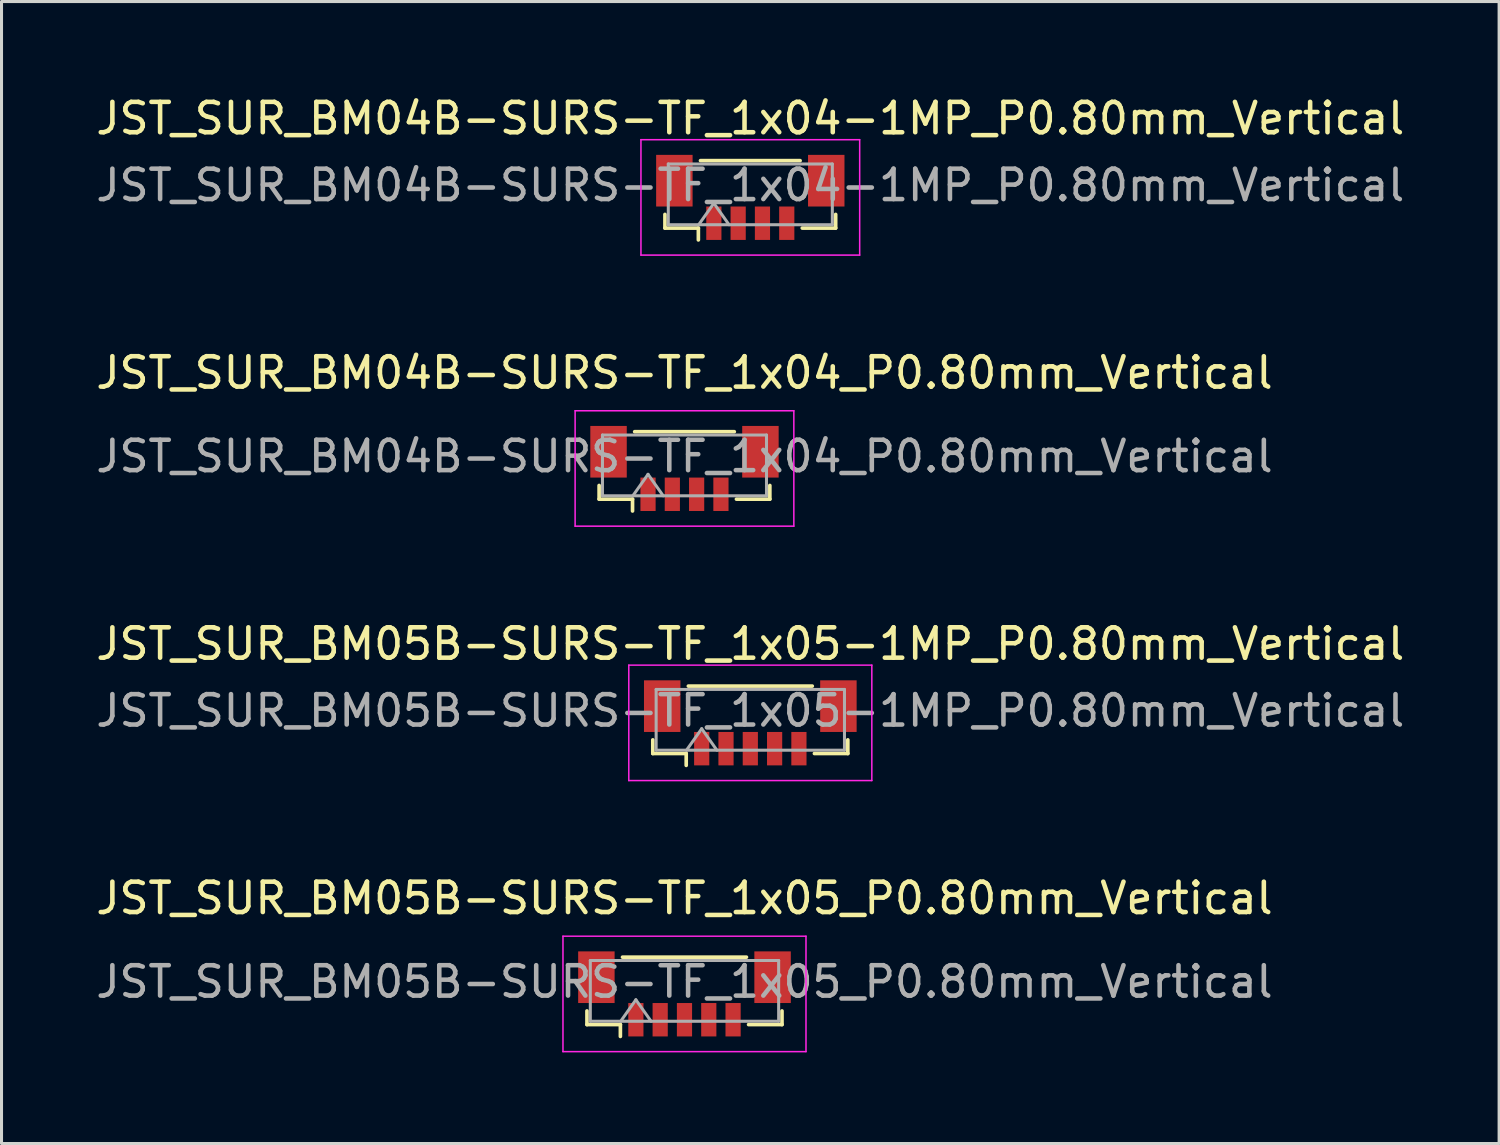
<source format=kicad_pcb>
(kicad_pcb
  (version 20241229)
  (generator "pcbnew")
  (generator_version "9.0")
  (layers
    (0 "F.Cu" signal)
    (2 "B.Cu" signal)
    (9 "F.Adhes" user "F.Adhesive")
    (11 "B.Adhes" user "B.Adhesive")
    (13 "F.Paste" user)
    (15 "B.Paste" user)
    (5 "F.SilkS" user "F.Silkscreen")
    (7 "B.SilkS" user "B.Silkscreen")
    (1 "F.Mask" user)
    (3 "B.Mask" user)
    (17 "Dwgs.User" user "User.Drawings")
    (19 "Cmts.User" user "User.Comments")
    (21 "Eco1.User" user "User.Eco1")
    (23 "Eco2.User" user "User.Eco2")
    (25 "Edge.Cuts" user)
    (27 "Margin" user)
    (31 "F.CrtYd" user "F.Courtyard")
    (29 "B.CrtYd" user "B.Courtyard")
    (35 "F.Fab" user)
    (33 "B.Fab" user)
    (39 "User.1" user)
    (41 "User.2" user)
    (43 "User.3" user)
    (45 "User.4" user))
  (footprint "JST_SUR_BM05B-SURS-TF_1x05_P0.80mm_Vertical"
    (layer "F.Cu")
    (at 19.482 29.668)
    (property "Reference" "JST_SUR_BM05B-SURS-TF_1x05_P0.80mm_Vertical" (at 0 -3.15 0) (layer "F.SilkS") (effects (font (size 1 1) (thickness 0.15))))
    (attr smd)
    (fp_line (start -3.21 0.56) (end -3.21 1.01) (stroke (width 0.12) (type solid)) (layer "F.SilkS"))
    (fp_line (start -3.21 1.01) (end -2.11 1.01) (stroke (width 0.12) (type solid)) (layer "F.SilkS"))
    (fp_line (start -2.11 1.01) (end -2.11 1.4) (stroke (width 0.12) (type solid)) (layer "F.SilkS"))
    (fp_line (start -2.04 -1.21) (end 2.04 -1.21) (stroke (width 0.12) (type solid)) (layer "F.SilkS"))
    (fp_line (start 3.21 0.56) (end 3.21 1.01) (stroke (width 0.12) (type solid)) (layer "F.SilkS"))
    (fp_line (start 3.21 1.01) (end 2.11 1.01) (stroke (width 0.12) (type solid)) (layer "F.SilkS"))
    (fp_line (start -4 -1.9) (end -4 1.9) (stroke (width 0.05) (type solid)) (layer "F.CrtYd"))
    (fp_line (start -4 1.9) (end 4 1.9) (stroke (width 0.05) (type solid)) (layer "F.CrtYd"))
    (fp_line (start 4 -1.9) (end -4 -1.9) (stroke (width 0.05) (type solid)) (layer "F.CrtYd"))
    (fp_line (start 4 1.9) (end 4 -1.9) (stroke (width 0.05) (type solid)) (layer "F.CrtYd"))
    (fp_line (start -3.1 -1.1) (end 3.1 -1.1) (stroke (width 0.1) (type solid)) (layer "F.Fab"))
    (fp_line (start -3.1 0.9) (end -3.1 -1.1) (stroke (width 0.1) (type solid)) (layer "F.Fab"))
    (fp_line (start -3.1 0.9) (end 3.1 0.9) (stroke (width 0.1) (type solid)) (layer "F.Fab"))
    (fp_line (start -2.1 0.9) (end -1.6 0.193) (stroke (width 0.1) (type solid)) (layer "F.Fab"))
    (fp_line (start -1.6 0.193) (end -1.1 0.9) (stroke (width 0.1) (type solid)) (layer "F.Fab"))
    (fp_line (start 3.1 0.9) (end 3.1 -1.1) (stroke (width 0.1) (type solid)) (layer "F.Fab"))
    (fp_text user "${REFERENCE}" (at 0 -0.4 0) (layer "F.Fab") (effects (font (size 1 1) (thickness 0.15))))
    (pad "" smd rect (at -2.9 -0.55) (size 1.2 1.7) (layers "F.Cu" "F.Mask" "F.Paste"))
    (pad "" smd rect (at 2.9 -0.55) (size 1.2 1.7) (layers "F.Cu" "F.Mask" "F.Paste"))
    (pad "1" smd rect (at -1.6 0.85) (size 0.5 1.1) (layers "F.Cu" "F.Mask" "F.Paste"))
    (pad "2" smd rect (at -0.8 0.85) (size 0.5 1.1) (layers "F.Cu" "F.Mask" "F.Paste"))
    (pad "3" smd rect (at 0 0.85) (size 0.5 1.1) (layers "F.Cu" "F.Mask" "F.Paste"))
    (pad "4" smd rect (at 0.8 0.85) (size 0.5 1.1) (layers "F.Cu" "F.Mask" "F.Paste"))
    (pad "5" smd rect (at 1.6 0.85) (size 0.5 1.1) (layers "F.Cu" "F.Mask" "F.Paste")))
  (footprint "JST_SUR_BM05B-SURS-TF_1x05-1MP_P0.80mm_Vertical"
    (layer "F.Cu")
    (at 21.649 20.745)
    (property "Reference" "JST_SUR_BM05B-SURS-TF_1x05-1MP_P0.80mm_Vertical" (at 0 -2.6 0) (layer "F.SilkS") (effects (font (size 1 1) (thickness 0.15))))
    (attr smd)
    (fp_line (start -3.21 0.56) (end -3.21 1.01) (stroke (width 0.12) (type solid)) (layer "F.SilkS"))
    (fp_line (start -3.21 1.01) (end -2.11 1.01) (stroke (width 0.12) (type solid)) (layer "F.SilkS"))
    (fp_line (start -2.11 1.01) (end -2.11 1.4) (stroke (width 0.12) (type solid)) (layer "F.SilkS"))
    (fp_line (start -2.04 -1.21) (end 2.04 -1.21) (stroke (width 0.12) (type solid)) (layer "F.SilkS"))
    (fp_line (start 3.21 0.56) (end 3.21 1.01) (stroke (width 0.12) (type solid)) (layer "F.SilkS"))
    (fp_line (start 3.21 1.01) (end 2.11 1.01) (stroke (width 0.12) (type solid)) (layer "F.SilkS"))
    (fp_line (start -4 -1.9) (end -4 1.9) (stroke (width 0.05) (type solid)) (layer "F.CrtYd"))
    (fp_line (start -4 1.9) (end 4 1.9) (stroke (width 0.05) (type solid)) (layer "F.CrtYd"))
    (fp_line (start 4 -1.9) (end -4 -1.9) (stroke (width 0.05) (type solid)) (layer "F.CrtYd"))
    (fp_line (start 4 1.9) (end 4 -1.9) (stroke (width 0.05) (type solid)) (layer "F.CrtYd"))
    (fp_line (start -3.1 -1.1) (end 3.1 -1.1) (stroke (width 0.1) (type solid)) (layer "F.Fab"))
    (fp_line (start -3.1 0.9) (end -3.1 -1.1) (stroke (width 0.1) (type solid)) (layer "F.Fab"))
    (fp_line (start -3.1 0.9) (end 3.1 0.9) (stroke (width 0.1) (type solid)) (layer "F.Fab"))
    (fp_line (start -2.1 0.9) (end -1.6 0.193) (stroke (width 0.1) (type solid)) (layer "F.Fab"))
    (fp_line (start -1.6 0.193) (end -1.1 0.9) (stroke (width 0.1) (type solid)) (layer "F.Fab"))
    (fp_line (start 3.1 0.9) (end 3.1 -1.1) (stroke (width 0.1) (type solid)) (layer "F.Fab"))
    (fp_text user "${REFERENCE}" (at 0 -0.4 0) (layer "F.Fab") (effects (font (size 1 1) (thickness 0.15))))
    (pad "1" smd rect (at -1.6 0.85) (size 0.5 1.1) (layers "F.Cu" "F.Mask" "F.Paste"))
    (pad "2" smd rect (at -0.8 0.85) (size 0.5 1.1) (layers "F.Cu" "F.Mask" "F.Paste"))
    (pad "3" smd rect (at 0 0.85) (size 0.5 1.1) (layers "F.Cu" "F.Mask" "F.Paste"))
    (pad "4" smd rect (at 0.8 0.85) (size 0.5 1.1) (layers "F.Cu" "F.Mask" "F.Paste"))
    (pad "5" smd rect (at 1.6 0.85) (size 0.5 1.1) (layers "F.Cu" "F.Mask" "F.Paste"))
    (pad "MP" smd rect (at -2.9 -0.55) (size 1.2 1.7) (layers "F.Cu" "F.Mask" "F.Paste"))
    (pad "MP" smd rect (at 2.9 -0.55) (size 1.2 1.7) (layers "F.Cu" "F.Mask" "F.Paste")))
  (footprint "JST_SUR_BM04B-SURS-TF_1x04_P0.80mm_Vertical"
    (layer "F.Cu")
    (at 19.482 12.371)
    (property "Reference" "JST_SUR_BM04B-SURS-TF_1x04_P0.80mm_Vertical" (at 0 -3.15 0) (layer "F.SilkS") (effects (font (size 1 1) (thickness 0.15))))
    (attr smd)
    (fp_line (start -2.81 0.56) (end -2.81 1.01) (stroke (width 0.12) (type solid)) (layer "F.SilkS"))
    (fp_line (start -2.81 1.01) (end -1.71 1.01) (stroke (width 0.12) (type solid)) (layer "F.SilkS"))
    (fp_line (start -1.71 1.01) (end -1.71 1.4) (stroke (width 0.12) (type solid)) (layer "F.SilkS"))
    (fp_line (start -1.64 -1.21) (end 1.64 -1.21) (stroke (width 0.12) (type solid)) (layer "F.SilkS"))
    (fp_line (start 2.81 0.56) (end 2.81 1.01) (stroke (width 0.12) (type solid)) (layer "F.SilkS"))
    (fp_line (start 2.81 1.01) (end 1.71 1.01) (stroke (width 0.12) (type solid)) (layer "F.SilkS"))
    (fp_line (start -3.6 -1.9) (end -3.6 1.9) (stroke (width 0.05) (type solid)) (layer "F.CrtYd"))
    (fp_line (start -3.6 1.9) (end 3.6 1.9) (stroke (width 0.05) (type solid)) (layer "F.CrtYd"))
    (fp_line (start 3.6 -1.9) (end -3.6 -1.9) (stroke (width 0.05) (type solid)) (layer "F.CrtYd"))
    (fp_line (start 3.6 1.9) (end 3.6 -1.9) (stroke (width 0.05) (type solid)) (layer "F.CrtYd"))
    (fp_line (start -2.7 -1.1) (end 2.7 -1.1) (stroke (width 0.1) (type solid)) (layer "F.Fab"))
    (fp_line (start -2.7 0.9) (end -2.7 -1.1) (stroke (width 0.1) (type solid)) (layer "F.Fab"))
    (fp_line (start -2.7 0.9) (end 2.7 0.9) (stroke (width 0.1) (type solid)) (layer "F.Fab"))
    (fp_line (start -1.7 0.9) (end -1.2 0.193) (stroke (width 0.1) (type solid)) (layer "F.Fab"))
    (fp_line (start -1.2 0.193) (end -0.7 0.9) (stroke (width 0.1) (type solid)) (layer "F.Fab"))
    (fp_line (start 2.7 0.9) (end 2.7 -1.1) (stroke (width 0.1) (type solid)) (layer "F.Fab"))
    (fp_text user "${REFERENCE}" (at 0 -0.4 0) (layer "F.Fab") (effects (font (size 1 1) (thickness 0.15))))
    (pad "" smd rect (at -2.5 -0.55) (size 1.2 1.7) (layers "F.Cu" "F.Mask" "F.Paste"))
    (pad "" smd rect (at 2.5 -0.55) (size 1.2 1.7) (layers "F.Cu" "F.Mask" "F.Paste"))
    (pad "1" smd rect (at -1.2 0.85) (size 0.5 1.1) (layers "F.Cu" "F.Mask" "F.Paste"))
    (pad "2" smd rect (at -0.4 0.85) (size 0.5 1.1) (layers "F.Cu" "F.Mask" "F.Paste"))
    (pad "3" smd rect (at 0.4 0.85) (size 0.5 1.1) (layers "F.Cu" "F.Mask" "F.Paste"))
    (pad "4" smd rect (at 1.2 0.85) (size 0.5 1.1) (layers "F.Cu" "F.Mask" "F.Paste")))
  (footprint "JST_SUR_BM04B-SURS-TF_1x04-1MP_P0.80mm_Vertical"
    (layer "F.Cu")
    (at 21.649 3.448)
    (property "Reference" "JST_SUR_BM04B-SURS-TF_1x04-1MP_P0.80mm_Vertical" (at 0 -2.6 0) (layer "F.SilkS") (effects (font (size 1 1) (thickness 0.15))))
    (attr smd)
    (fp_line (start -2.81 0.56) (end -2.81 1.01) (stroke (width 0.12) (type solid)) (layer "F.SilkS"))
    (fp_line (start -2.81 1.01) (end -1.71 1.01) (stroke (width 0.12) (type solid)) (layer "F.SilkS"))
    (fp_line (start -1.71 1.01) (end -1.71 1.4) (stroke (width 0.12) (type solid)) (layer "F.SilkS"))
    (fp_line (start -1.64 -1.21) (end 1.64 -1.21) (stroke (width 0.12) (type solid)) (layer "F.SilkS"))
    (fp_line (start 2.81 0.56) (end 2.81 1.01) (stroke (width 0.12) (type solid)) (layer "F.SilkS"))
    (fp_line (start 2.81 1.01) (end 1.71 1.01) (stroke (width 0.12) (type solid)) (layer "F.SilkS"))
    (fp_line (start -3.6 -1.9) (end -3.6 1.9) (stroke (width 0.05) (type solid)) (layer "F.CrtYd"))
    (fp_line (start -3.6 1.9) (end 3.6 1.9) (stroke (width 0.05) (type solid)) (layer "F.CrtYd"))
    (fp_line (start 3.6 -1.9) (end -3.6 -1.9) (stroke (width 0.05) (type solid)) (layer "F.CrtYd"))
    (fp_line (start 3.6 1.9) (end 3.6 -1.9) (stroke (width 0.05) (type solid)) (layer "F.CrtYd"))
    (fp_line (start -2.7 -1.1) (end 2.7 -1.1) (stroke (width 0.1) (type solid)) (layer "F.Fab"))
    (fp_line (start -2.7 0.9) (end -2.7 -1.1) (stroke (width 0.1) (type solid)) (layer "F.Fab"))
    (fp_line (start -2.7 0.9) (end 2.7 0.9) (stroke (width 0.1) (type solid)) (layer "F.Fab"))
    (fp_line (start -1.7 0.9) (end -1.2 0.193) (stroke (width 0.1) (type solid)) (layer "F.Fab"))
    (fp_line (start -1.2 0.193) (end -0.7 0.9) (stroke (width 0.1) (type solid)) (layer "F.Fab"))
    (fp_line (start 2.7 0.9) (end 2.7 -1.1) (stroke (width 0.1) (type solid)) (layer "F.Fab"))
    (fp_text user "${REFERENCE}" (at 0 -0.4 0) (layer "F.Fab") (effects (font (size 1 1) (thickness 0.15))))
    (pad "1" smd rect (at -1.2 0.85) (size 0.5 1.1) (layers "F.Cu" "F.Mask" "F.Paste"))
    (pad "2" smd rect (at -0.4 0.85) (size 0.5 1.1) (layers "F.Cu" "F.Mask" "F.Paste"))
    (pad "3" smd rect (at 0.4 0.85) (size 0.5 1.1) (layers "F.Cu" "F.Mask" "F.Paste"))
    (pad "4" smd rect (at 1.2 0.85) (size 0.5 1.1) (layers "F.Cu" "F.Mask" "F.Paste"))
    (pad "MP" smd rect (at -2.5 -0.55) (size 1.2 1.7) (layers "F.Cu" "F.Mask" "F.Paste"))
    (pad "MP" smd rect (at 2.5 -0.55) (size 1.2 1.7) (layers "F.Cu" "F.Mask" "F.Paste")))
  (gr_rect
    (start -3 -3)
    (end 46.298 34.593)
    (stroke (width 0.1) (type default))
    (fill no)
    (layer "Edge.Cuts")))
</source>
